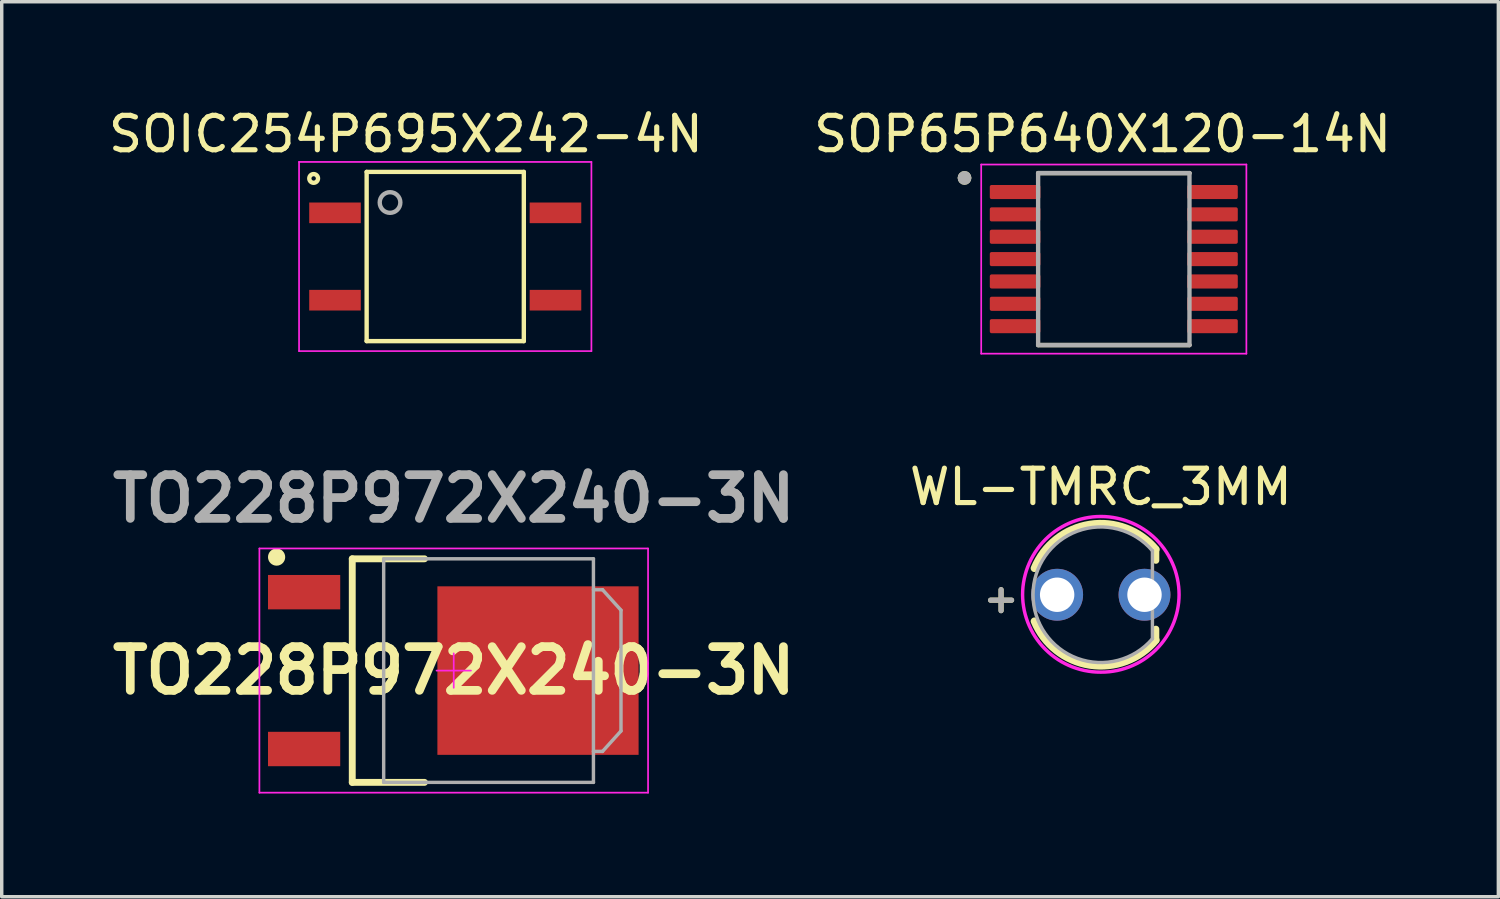
<source format=kicad_pcb>
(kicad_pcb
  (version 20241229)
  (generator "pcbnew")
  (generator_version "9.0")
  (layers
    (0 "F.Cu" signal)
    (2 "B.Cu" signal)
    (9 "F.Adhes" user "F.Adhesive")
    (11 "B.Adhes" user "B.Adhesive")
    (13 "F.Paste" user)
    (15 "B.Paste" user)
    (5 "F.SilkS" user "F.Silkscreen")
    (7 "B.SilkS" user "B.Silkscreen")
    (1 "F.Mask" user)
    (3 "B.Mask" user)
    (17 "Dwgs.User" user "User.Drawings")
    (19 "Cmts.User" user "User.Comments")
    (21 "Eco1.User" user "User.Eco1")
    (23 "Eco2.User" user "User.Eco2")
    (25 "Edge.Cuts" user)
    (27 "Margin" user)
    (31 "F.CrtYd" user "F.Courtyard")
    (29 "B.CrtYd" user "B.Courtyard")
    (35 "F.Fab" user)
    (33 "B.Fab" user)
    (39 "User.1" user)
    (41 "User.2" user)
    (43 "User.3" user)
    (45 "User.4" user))
  (footprint "SOP65P640X120-14N"
    (layer "F.Cu")
    (at 29.333 4.483)
    (property "Reference" "SOP65P640X120-14N" (at -0.325 -3.635 0) (layer "F.SilkS") (effects (font (size 1 1) (thickness 0.15))))
    (attr smd)
    (fp_line (start -2.2 -2.5) (end 2.2 -2.5) (stroke (width 0.127) (type solid)) (layer "F.SilkS"))
    (fp_line (start -2.2 2.5) (end 2.2 2.5) (stroke (width 0.127) (type solid)) (layer "F.SilkS"))
    (fp_circle (center -4.34 -2.36) (end -4.24 -2.36) (stroke (width 0.2) (type solid)) (fill no) (layer "F.SilkS"))
    (fp_line (start -3.855 -2.75) (end -3.855 2.75) (stroke (width 0.05) (type solid)) (layer "F.CrtYd"))
    (fp_line (start -3.855 -2.75) (end 3.855 -2.75) (stroke (width 0.05) (type solid)) (layer "F.CrtYd"))
    (fp_line (start -3.855 2.75) (end 3.855 2.75) (stroke (width 0.05) (type solid)) (layer "F.CrtYd"))
    (fp_line (start 3.855 -2.75) (end 3.855 2.75) (stroke (width 0.05) (type solid)) (layer "F.CrtYd"))
    (fp_line (start -2.2 -2.5) (end -2.2 2.5) (stroke (width 0.127) (type solid)) (layer "F.Fab"))
    (fp_line (start -2.2 -2.5) (end 2.2 -2.5) (stroke (width 0.127) (type solid)) (layer "F.Fab"))
    (fp_line (start -2.2 2.5) (end 2.2 2.5) (stroke (width 0.127) (type solid)) (layer "F.Fab"))
    (fp_line (start 2.2 -2.5) (end 2.2 2.5) (stroke (width 0.127) (type solid)) (layer "F.Fab"))
    (fp_circle (center -4.34 -2.36) (end -4.24 -2.36) (stroke (width 0.2) (type solid)) (fill no) (layer "F.Fab"))
    (pad "1" smd roundrect (at -2.87 -1.95) (size 1.47 0.41) (layers "F.Cu" "F.Mask" "F.Paste") (roundrect_rratio 0.125))
    (pad "2" smd roundrect (at -2.87 -1.3) (size 1.47 0.41) (layers "F.Cu" "F.Mask" "F.Paste") (roundrect_rratio 0.125))
    (pad "3" smd roundrect (at -2.87 -0.65) (size 1.47 0.41) (layers "F.Cu" "F.Mask" "F.Paste") (roundrect_rratio 0.125))
    (pad "4" smd roundrect (at -2.87 0) (size 1.47 0.41) (layers "F.Cu" "F.Mask" "F.Paste") (roundrect_rratio 0.125))
    (pad "5" smd roundrect (at -2.87 0.65) (size 1.47 0.41) (layers "F.Cu" "F.Mask" "F.Paste") (roundrect_rratio 0.125))
    (pad "6" smd roundrect (at -2.87 1.3) (size 1.47 0.41) (layers "F.Cu" "F.Mask" "F.Paste") (roundrect_rratio 0.125))
    (pad "7" smd roundrect (at -2.87 1.95) (size 1.47 0.41) (layers "F.Cu" "F.Mask" "F.Paste") (roundrect_rratio 0.125))
    (pad "8" smd roundrect (at 2.87 1.95) (size 1.47 0.41) (layers "F.Cu" "F.Mask" "F.Paste") (roundrect_rratio 0.125))
    (pad "9" smd roundrect (at 2.87 1.3) (size 1.47 0.41) (layers "F.Cu" "F.Mask" "F.Paste") (roundrect_rratio 0.125))
    (pad "10" smd roundrect (at 2.87 0.65) (size 1.47 0.41) (layers "F.Cu" "F.Mask" "F.Paste") (roundrect_rratio 0.125))
    (pad "11" smd roundrect (at 2.87 0) (size 1.47 0.41) (layers "F.Cu" "F.Mask" "F.Paste") (roundrect_rratio 0.125))
    (pad "12" smd roundrect (at 2.87 -0.65) (size 1.47 0.41) (layers "F.Cu" "F.Mask" "F.Paste") (roundrect_rratio 0.125))
    (pad "13" smd roundrect (at 2.87 -1.3) (size 1.47 0.41) (layers "F.Cu" "F.Mask" "F.Paste") (roundrect_rratio 0.125))
    (pad "14" smd roundrect (at 2.87 -1.95) (size 1.47 0.41) (layers "F.Cu" "F.Mask" "F.Paste") (roundrect_rratio 0.125)))
  (footprint "TO228P972X240-3N"
    (layer "F.Cu")
    (at 10.142 16.447)
    (property "Reference" "TO228P972X240-3N" (at 0 0 0) (layer "F.SilkS") (effects (font (size 1.27 1.27) (thickness 0.254))))
    (attr smd)
    (fp_line (start -2.95 -3.25) (end -0.85 -3.25) (stroke (width 0.2) (type solid)) (layer "F.SilkS"))
    (fp_line (start -2.95 3.25) (end -2.95 -3.25) (stroke (width 0.2) (type solid)) (layer "F.SilkS"))
    (fp_line (start -0.85 3.25) (end -2.95 3.25) (stroke (width 0.2) (type solid)) (layer "F.SilkS"))
    (fp_circle (center -5.15 -3.3) (end -5.15 -3.175) (stroke (width 0.25) (type solid)) (fill no) (layer "F.SilkS"))
    (fp_line (start -5.65 -3.55) (end -5.65 3.55) (stroke (width 0.05) (type solid)) (layer "F.CrtYd"))
    (fp_line (start -5.65 3.55) (end 5.65 3.55) (stroke (width 0.05) (type solid)) (layer "F.CrtYd"))
    (fp_line (start -2.088 -3.3) (end -2.088 3.3) (stroke (width 0.001) (type solid)) (layer "F.CrtYd"))
    (fp_line (start -2.088 3.3) (end 4.112 3.3) (stroke (width 0.001) (type solid)) (layer "F.CrtYd"))
    (fp_line (start -0.5 0) (end 0.5 0) (stroke (width 0.05) (type solid)) (layer "F.CrtYd"))
    (fp_line (start 0 0.5) (end 0 -0.5) (stroke (width 0.05) (type solid)) (layer "F.CrtYd"))
    (fp_line (start 4.112 -3.3) (end -2.088 -3.3) (stroke (width 0.001) (type solid)) (layer "F.CrtYd"))
    (fp_line (start 4.112 3.3) (end 4.112 -3.3) (stroke (width 0.001) (type solid)) (layer "F.CrtYd"))
    (fp_line (start 5.65 -3.55) (end -5.65 -3.55) (stroke (width 0.05) (type solid)) (layer "F.CrtYd"))
    (fp_line (start 5.65 3.55) (end 5.65 -3.55) (stroke (width 0.05) (type solid)) (layer "F.CrtYd"))
    (fp_line (start -2.037 -3.25) (end -2.037 3.25) (stroke (width 0.1) (type solid)) (layer "F.Fab"))
    (fp_line (start -2.037 3.25) (end 4.062 3.25) (stroke (width 0.1) (type solid)) (layer "F.Fab"))
    (fp_line (start 4.062 -3.25) (end -2.037 -3.25) (stroke (width 0.1) (type solid)) (layer "F.Fab"))
    (fp_line (start 4.062 2.35) (end 4.326 2.35) (stroke (width 0.1) (type solid)) (layer "F.Fab"))
    (fp_line (start 4.062 3.25) (end 4.062 -3.25) (stroke (width 0.1) (type solid)) (layer "F.Fab"))
    (fp_line (start 4.326 2.35) (end 4.863 1.756) (stroke (width 0.1) (type solid)) (layer "F.Fab"))
    (fp_line (start 4.327 -2.35) (end 4.063 -2.35) (stroke (width 0.1) (type solid)) (layer "F.Fab"))
    (fp_line (start 4.863 -1.756) (end 4.327 -2.35) (stroke (width 0.1) (type solid)) (layer "F.Fab"))
    (fp_line (start 4.863 1.756) (end 4.863 -1.756) (stroke (width 0.1) (type solid)) (layer "F.Fab"))
    (fp_text user "${REFERENCE}" (at 0 -5 0) (layer "F.Fab") (effects (font (size 1.27 1.27) (thickness 0.254))))
    (pad "1" smd rect (at -4.35 -2.28 90) (size 1 2.1) (layers "F.Cu" "F.Mask" "F.Paste"))
    (pad "3" smd rect (at -4.35 2.28 90) (size 1 2.1) (layers "F.Cu" "F.Mask" "F.Paste"))
    (pad "4" smd rect (at 2.45 0 90) (size 4.9 5.85) (layers "F.Cu" "F.Mask" "F.Paste")))
  (footprint "WL-TMRC_3MM"
    (layer "F.Cu")
    (at 28.956 14.242)
    (property "Reference" "WL-TMRC_3MM" (at 0 -3.135 0) (layer "F.SilkS") (effects (font (size 1 1) (thickness 0.15))))
    (attr through_hole)
    (fp_line (start 1.6 -1) (end 1.6 -1.32) (stroke (width 0.2) (type solid)) (layer "F.SilkS"))
    (fp_line (start 1.6 1) (end 1.6 1.32) (stroke (width 0.2) (type solid)) (layer "F.SilkS"))
    (fp_arc (start -1.93 -0.77) (mid -0.320357 -2.042116) (end 1.600001 -1.32) (stroke (width 0.22) (type solid)) (layer "F.SilkS"))
    (fp_arc (start 1.600001 1.32) (mid -0.320357 2.042116) (end -1.93 0.77) (stroke (width 0.22) (type solid)) (layer "F.SilkS"))
    (fp_poly (pts (xy 0 2.25) (xy -0.131 2.247) (xy -0.249 2.238) (xy -0.366 2.222) (xy -0.483 2.201) (xy -0.598 2.173) (xy -0.712 2.139) (xy -0.823 2.1) (xy -0.933 2.054) (xy -1.04 2.003) (xy -1.144 1.947) (xy -1.245 1.885) (xy -1.342 1.818) (xy -1.436 1.746) (xy -1.526 1.669) (xy -1.612 1.587) (xy -1.694 1.501) (xy -1.771 1.411) (xy -1.843 1.317) (xy -1.91 1.22) (xy -1.972 1.119) (xy -2.028 1.015) (xy -2.079 0.908) (xy -2.125 0.798) (xy -2.164 0.687) (xy -2.198 0.573) (xy -2.226 0.458) (xy -2.247 0.341) (xy -2.263 0.224) (xy -2.272 0.106) (xy -2.275 0) (xy -2.272 -0.119) (xy -2.263 -0.238) (xy -2.247 -0.356) (xy -2.225 -0.473) (xy -2.197 -0.589) (xy -2.164 -0.703) (xy -2.124 -0.815) (xy -2.078 -0.925) (xy -2.027 -1.033) (xy -1.97 -1.137) (xy -1.908 -1.239) (xy -1.841 -1.337) (xy -1.768 -1.432) (xy -1.691 -1.522) (xy -1.609 -1.609) (xy -1.522 -1.691) (xy -1.432 -1.768) (xy -1.337 -1.841) (xy -1.239 -1.908) (xy -1.137 -1.97) (xy -1.033 -2.027) (xy -0.925 -2.078) (xy -0.815 -2.124) (xy -0.703 -2.164) (xy -0.589 -2.197) (xy -0.473 -2.225) (xy -0.356 -2.247) (xy -0.238 -2.263) (xy -0.119 -2.272) (xy 0 -2.275) (xy 0.119 -2.272) (xy 0.238 -2.263) (xy 0.356 -2.247) (xy 0.473 -2.225) (xy 0.589 -2.197) (xy 0.703 -2.164) (xy 0.815 -2.124) (xy 0.925 -2.078) (xy 1.033 -2.027) (xy 1.138 -1.97) (xy 1.239 -1.908) (xy 1.337 -1.841) (xy 1.432 -1.768) (xy 1.522 -1.691) (xy 1.609 -1.609) (xy 1.691 -1.522) (xy 1.768 -1.432) (xy 1.841 -1.337) (xy 1.908 -1.239) (xy 1.97 -1.137) (xy 2.027 -1.033) (xy 2.078 -0.925) (xy 2.124 -0.815) (xy 2.164 -0.703) (xy 2.197 -0.589) (xy 2.225 -0.473) (xy 2.247 -0.356) (xy 2.263 -0.238) (xy 2.272 -0.119) (xy 2.275 0) (xy 2.272 0.106) (xy 2.263 0.224) (xy 2.247 0.341) (xy 2.226 0.458) (xy 2.198 0.573) (xy 2.164 0.687) (xy 2.125 0.798) (xy 2.079 0.908) (xy 2.028 1.015) (xy 1.972 1.119) (xy 1.91 1.22) (xy 1.843 1.317) (xy 1.771 1.411) (xy 1.694 1.501) (xy 1.612 1.587) (xy 1.526 1.669) (xy 1.436 1.746) (xy 1.342 1.818) (xy 1.245 1.885) (xy 1.144 1.947) (xy 1.04 2.003) (xy 0.933 2.054) (xy 0.823 2.1) (xy 0.712 2.139) (xy 0.598 2.173) (xy 0.483 2.201) (xy 0.366 2.222) (xy 0.249 2.238) (xy 0.131 2.247) (xy 0 2.25)) (stroke (width 0.1) (type solid)) (fill no) (layer "F.CrtYd"))
    (fp_line (start 1.5 -1.28) (end 1.5 1.28) (stroke (width 0.1) (type solid)) (layer "F.Fab"))
    (fp_arc (start 1.5 1.28) (mid -1.971131 0) (end 1.5 -1.28) (stroke (width 0.1) (type solid)) (layer "F.Fab"))
    (fp_text user "+" (at -2.9 0.1 0) (layer "F.SilkS") (effects (font (size 0.8 0.8) (thickness 0.15))))
    (fp_text user "+" (at -2.9 0.1 0) (layer "F.Fab") (effects (font (size 0.8 0.8) (thickness 0.15))))
    (pad "1" thru_hole circle (at -1.27 0) (size 1.508 1.508) (drill 1) (layers "*.Cu" "*.Mask"))
    (pad "2" thru_hole circle (at 1.27 0) (size 1.508 1.508) (drill 1) (layers "*.Cu" "*.Mask")))
  (footprint "SOIC254P695X242-4N"
    (layer "F.Cu")
    (at 9.895 4.408)
    (property "Reference" "SOIC254P695X242-4N" (at -1.144 -3.559 0) (layer "F.SilkS") (effects (font (size 1.001 1.001) (thickness 0.15))))
    (attr smd)
    (fp_line (start -2.285 -2.46) (end 2.285 -2.46) (stroke (width 0.127) (type solid)) (layer "F.SilkS"))
    (fp_line (start -2.285 2.46) (end -2.285 -2.46) (stroke (width 0.127) (type solid)) (layer "F.SilkS"))
    (fp_line (start 2.285 -2.46) (end 2.285 2.46) (stroke (width 0.127) (type solid)) (layer "F.SilkS"))
    (fp_line (start 2.285 2.46) (end -2.285 2.46) (stroke (width 0.127) (type solid)) (layer "F.SilkS"))
    (fp_circle (center -3.826 -2.27) (end -3.699 -2.27) (stroke (width 0.127) (type solid)) (fill no) (layer "F.SilkS"))
    (fp_line (start -4.25 -2.75) (end 4.25 -2.75) (stroke (width 0.05) (type solid)) (layer "F.CrtYd"))
    (fp_line (start -4.25 2.75) (end -4.25 -2.75) (stroke (width 0.05) (type solid)) (layer "F.CrtYd"))
    (fp_line (start 4.25 -2.75) (end 4.25 2.75) (stroke (width 0.05) (type solid)) (layer "F.CrtYd"))
    (fp_line (start 4.25 2.75) (end -4.25 2.75) (stroke (width 0.05) (type solid)) (layer "F.CrtYd"))
    (fp_circle (center -1.605 -1.57) (end -1.305 -1.57) (stroke (width 0.127) (type solid)) (fill no) (layer "F.Fab"))
    (pad "1" smd rect (at -3.205 -1.27) (size 1.5 0.6) (layers "F.Cu" "F.Mask" "F.Paste"))
    (pad "2" smd rect (at -3.205 1.27) (size 1.5 0.6) (layers "F.Cu" "F.Mask" "F.Paste"))
    (pad "3" smd rect (at 3.205 1.27) (size 1.5 0.6) (layers "F.Cu" "F.Mask" "F.Paste"))
    (pad "4" smd rect (at 3.205 -1.27) (size 1.5 0.6) (layers "F.Cu" "F.Mask" "F.Paste")))
  (gr_rect
    (start -3 -3)
    (end 40.514 23.022)
    (stroke (width 0.1) (type default))
    (fill no)
    (layer "Edge.Cuts")))
</source>
